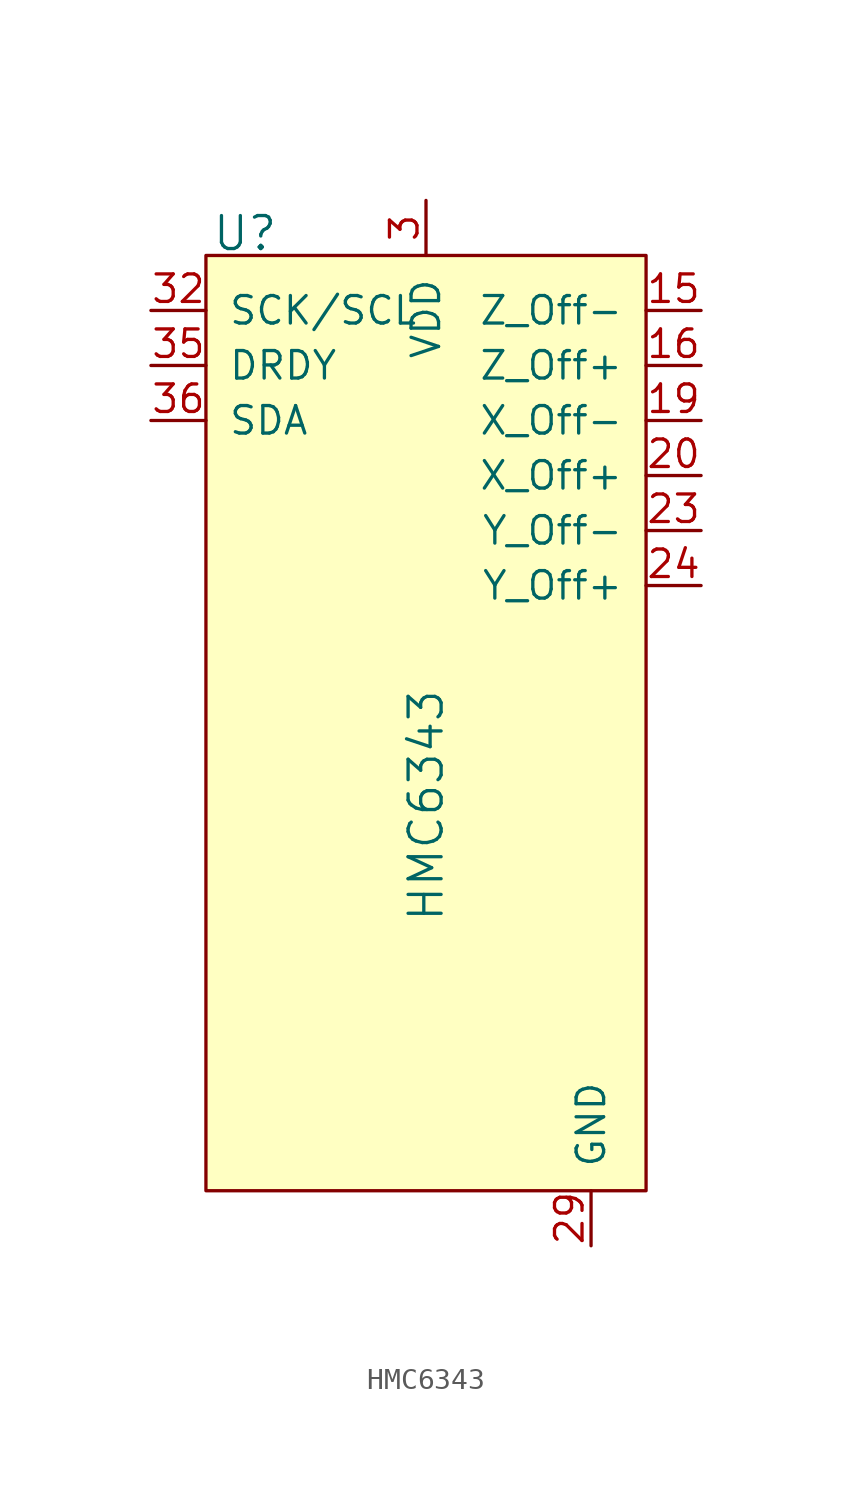
<source format=kicad_sym>
(kicad_symbol_lib
  (version 20211014)
  (generator kicad_symbol_editor)
  (symbol "HMC6343"
    (pin_names
      (offset 1.016))
    (property "Reference" "U"
      (at -9.906 18.796 0)
      (effects (font (size 1.524 1.524)) (justify left)))
    (property "Value" "HMC6343"
      (at 0 -7.62 90)
      (effects (font (size 1.524 1.524))))
    (symbol "HMC6343_0_1"
      (rectangle (start -10.16 17.78) (end 10.16 -25.4) (stroke (width 0) (type default) (color 0 0 0 0)) (fill (type background))))
    (symbol "HMC6343_1_1"
      (pin no_connect line (at -10.16 7.62 0) (length 2.54) hide (name "NC" (effects (font (size 1.27 1.27)))) (number "1" (effects (font (size 1.27 1.27)))))
      (pin no_connect line (at -10.16 -12.7 0) (length 2.54) hide (name "NC" (effects (font (size 1.27 1.27)))) (number "10" (effects (font (size 1.27 1.27)))))
      (pin no_connect line (at -10.16 -15.24 0) (length 2.54) hide (name "NC" (effects (font (size 1.27 1.27)))) (number "11" (effects (font (size 1.27 1.27)))))
      (pin no_connect line (at -10.16 -17.78 0) (length 2.54) hide (name "NC" (effects (font (size 1.27 1.27)))) (number "12" (effects (font (size 1.27 1.27)))))
      (pin no_connect line (at -7.62 -25.4 90) (length 2.54) hide (name "NC" (effects (font (size 1.27 1.27)))) (number "13" (effects (font (size 1.27 1.27)))))
      (pin no_connect line (at -5.08 -25.4 90) (length 2.54) hide (name "NC" (effects (font (size 1.27 1.27)))) (number "14" (effects (font (size 1.27 1.27)))))
      (pin output line (at 12.7 15.24 180) (length 2.54) (name "Z_Off-" (effects (font (size 1.27 1.27)))) (number "15" (effects (font (size 1.27 1.27)))))
      (pin output line (at 12.7 12.7 180) (length 2.54) (name "Z_Off+" (effects (font (size 1.27 1.27)))) (number "16" (effects (font (size 1.27 1.27)))))
      (pin no_connect line (at -2.54 -25.4 90) (length 2.54) hide (name "NC" (effects (font (size 1.27 1.27)))) (number "17" (effects (font (size 1.27 1.27)))))
      (pin no_connect line (at 0 -25.4 90) (length 2.54) hide (name "NC" (effects (font (size 1.27 1.27)))) (number "18" (effects (font (size 1.27 1.27)))))
      (pin output line (at 12.7 10.16 180) (length 2.54) (name "X_Off-" (effects (font (size 1.27 1.27)))) (number "19" (effects (font (size 1.27 1.27)))))
      (pin no_connect line (at -10.16 5.08 0) (length 2.54) hide (name "NC" (effects (font (size 1.27 1.27)))) (number "2" (effects (font (size 1.27 1.27)))))
      (pin output line (at 12.7 7.62 180) (length 2.54) (name "X_Off+" (effects (font (size 1.27 1.27)))) (number "20" (effects (font (size 1.27 1.27)))))
      (pin no_connect line (at 2.54 -25.4 90) (length 2.54) hide (name "NC" (effects (font (size 1.27 1.27)))) (number "21" (effects (font (size 1.27 1.27)))))
      (pin no_connect line (at 5.08 -25.4 90) (length 2.54) hide (name "NC" (effects (font (size 1.27 1.27)))) (number "22" (effects (font (size 1.27 1.27)))))
      (pin output line (at 12.7 5.08 180) (length 2.54) (name "Y_Off-" (effects (font (size 1.27 1.27)))) (number "23" (effects (font (size 1.27 1.27)))))
      (pin output line (at 12.7 2.54 180) (length 2.54) (name "Y_Off+" (effects (font (size 1.27 1.27)))) (number "24" (effects (font (size 1.27 1.27)))))
      (pin no_connect line (at 10.16 -17.78 180) (length 2.54) hide (name "NC" (effects (font (size 1.27 1.27)))) (number "25" (effects (font (size 1.27 1.27)))))
      (pin no_connect line (at 10.16 -15.24 180) (length 2.54) hide (name "NC" (effects (font (size 1.27 1.27)))) (number "26" (effects (font (size 1.27 1.27)))))
      (pin no_connect line (at 10.16 -12.7 180) (length 2.54) hide (name "NC" (effects (font (size 1.27 1.27)))) (number "27" (effects (font (size 1.27 1.27)))))
      (pin no_connect line (at 10.16 -10.16 180) (length 2.54) hide (name "NC" (effects (font (size 1.27 1.27)))) (number "28" (effects (font (size 1.27 1.27)))))
      (pin power_in line (at 7.62 -27.94 90) (length 2.54) (name "GND" (effects (font (size 1.27 1.27)))) (number "29" (effects (font (size 1.27 1.27)))))
      (pin power_in line (at 0 20.32 270) (length 2.54) (name "VDD" (effects (font (size 1.27 1.27)))) (number "3" (effects (font (size 1.27 1.27)))))
      (pin no_connect line (at 10.16 -7.62 180) (length 2.54) hide (name "NC" (effects (font (size 1.27 1.27)))) (number "30" (effects (font (size 1.27 1.27)))))
      (pin no_connect line (at 10.16 -5.08 180) (length 2.54) hide (name "NC" (effects (font (size 1.27 1.27)))) (number "31" (effects (font (size 1.27 1.27)))))
      (pin input line (at -12.7 15.24 0) (length 2.54) (name "SCK/SCL" (effects (font (size 1.27 1.27)))) (number "32" (effects (font (size 1.27 1.27)))))
      (pin no_connect line (at 10.16 -2.54 180) (length 2.54) hide (name "NC" (effects (font (size 1.27 1.27)))) (number "33" (effects (font (size 1.27 1.27)))))
      (pin no_connect line (at 10.16 0 180) (length 2.54) hide (name "NC" (effects (font (size 1.27 1.27)))) (number "34" (effects (font (size 1.27 1.27)))))
      (pin input line (at -12.7 12.7 0) (length 2.54) (name "DRDY" (effects (font (size 1.27 1.27)))) (number "35" (effects (font (size 1.27 1.27)))))
      (pin input line (at -12.7 10.16 0) (length 2.54) (name "SDA" (effects (font (size 1.27 1.27)))) (number "36" (effects (font (size 1.27 1.27)))))
      (pin no_connect line (at -10.16 2.54 0) (length 2.54) hide (name "NC" (effects (font (size 1.27 1.27)))) (number "4" (effects (font (size 1.27 1.27)))))
      (pin no_connect line (at -10.16 0 0) (length 2.54) hide (name "NC" (effects (font (size 1.27 1.27)))) (number "5" (effects (font (size 1.27 1.27)))))
      (pin no_connect line (at -10.16 -2.54 0) (length 2.54) hide (name "NC" (effects (font (size 1.27 1.27)))) (number "6" (effects (font (size 1.27 1.27)))))
      (pin no_connect line (at -10.16 -5.08 0) (length 2.54) hide (name "NC" (effects (font (size 1.27 1.27)))) (number "7" (effects (font (size 1.27 1.27)))))
      (pin no_connect line (at -10.16 -7.62 0) (length 2.54) hide (name "NC" (effects (font (size 1.27 1.27)))) (number "8" (effects (font (size 1.27 1.27)))))
      (pin no_connect line (at -10.16 -10.16 0) (length 2.54) hide (name "NC" (effects (font (size 1.27 1.27)))) (number "9" (effects (font (size 1.27 1.27))))))))
</source>
